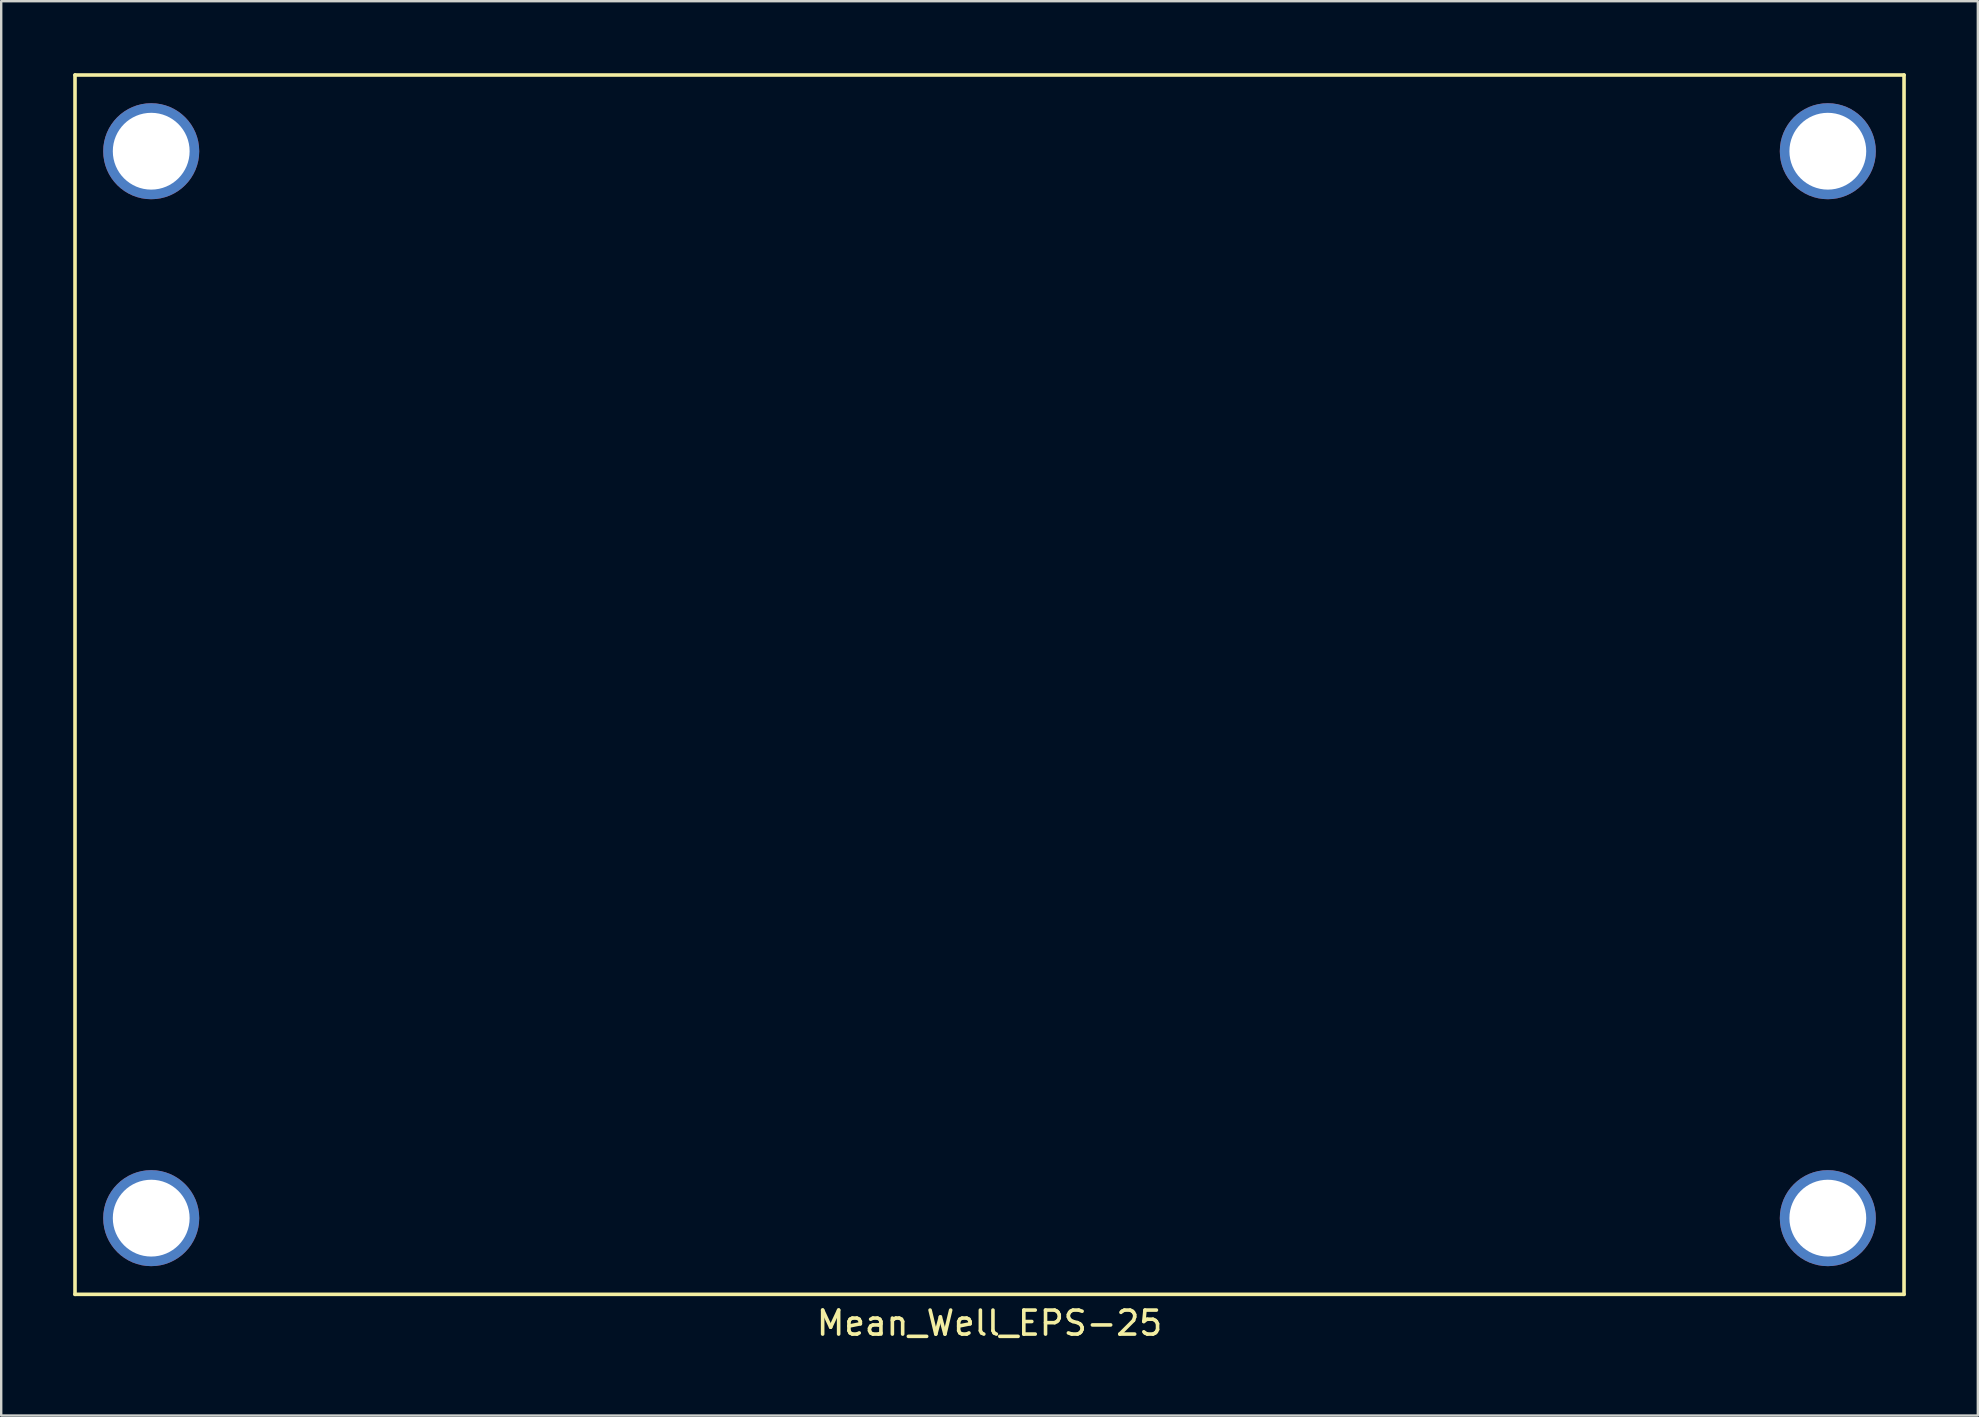
<source format=kicad_pcb>
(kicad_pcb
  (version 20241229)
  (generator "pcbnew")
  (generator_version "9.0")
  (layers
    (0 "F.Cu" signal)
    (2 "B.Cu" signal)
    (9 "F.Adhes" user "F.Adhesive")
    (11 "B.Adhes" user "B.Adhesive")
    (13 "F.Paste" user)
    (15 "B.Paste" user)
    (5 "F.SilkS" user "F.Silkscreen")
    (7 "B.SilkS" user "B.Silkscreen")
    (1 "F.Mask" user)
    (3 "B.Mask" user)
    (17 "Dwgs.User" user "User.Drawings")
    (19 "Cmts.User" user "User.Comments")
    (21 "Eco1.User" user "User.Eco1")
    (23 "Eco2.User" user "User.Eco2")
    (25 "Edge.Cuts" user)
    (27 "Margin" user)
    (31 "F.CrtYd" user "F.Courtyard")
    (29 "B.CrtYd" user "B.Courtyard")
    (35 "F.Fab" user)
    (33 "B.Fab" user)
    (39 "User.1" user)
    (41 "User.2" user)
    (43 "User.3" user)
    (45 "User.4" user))
  (footprint "Mean_Well_EPS-25"
    (layer "F.Cu")
    (at 38.175 25.475)
    (property "Reference" "Mean_Well_EPS-25" (at 0 26.6 0) (layer "F.SilkS") (effects (font (size 1 1) (thickness 0.15))))
    (attr through_hole)
    (fp_line (start -38.1 -25.4) (end -38.1 25.4) (stroke (width 0.15) (type solid)) (layer "F.SilkS"))
    (fp_line (start -38.1 -25.4) (end 38.1 -25.4) (stroke (width 0.15) (type solid)) (layer "F.SilkS"))
    (fp_line (start -38.1 25.4) (end 38.1 25.4) (stroke (width 0.15) (type solid)) (layer "F.SilkS"))
    (fp_line (start 38.1 -25.4) (end 38.1 25.4) (stroke (width 0.15) (type solid)) (layer "F.SilkS"))
    (pad "" np_thru_hole circle (at -34.925 -22.225) (size 4 4) (drill 3.2) (layers "*.Cu" "*.Mask"))
    (pad "" np_thru_hole circle (at -34.925 22.225) (size 4 4) (drill 3.2) (layers "*.Cu" "*.Mask"))
    (pad "" np_thru_hole circle (at 34.925 -22.225) (size 4 4) (drill 3.2) (layers "*.Cu" "*.Mask"))
    (pad "" np_thru_hole circle (at 34.925 22.225) (size 4 4) (drill 3.2) (layers "*.Cu" "*.Mask")))
  (gr_rect
    (start -3 -3)
    (end 79.35 55.923)
    (stroke (width 0.1) (type default))
    (fill no)
    (layer "Edge.Cuts")))
</source>
